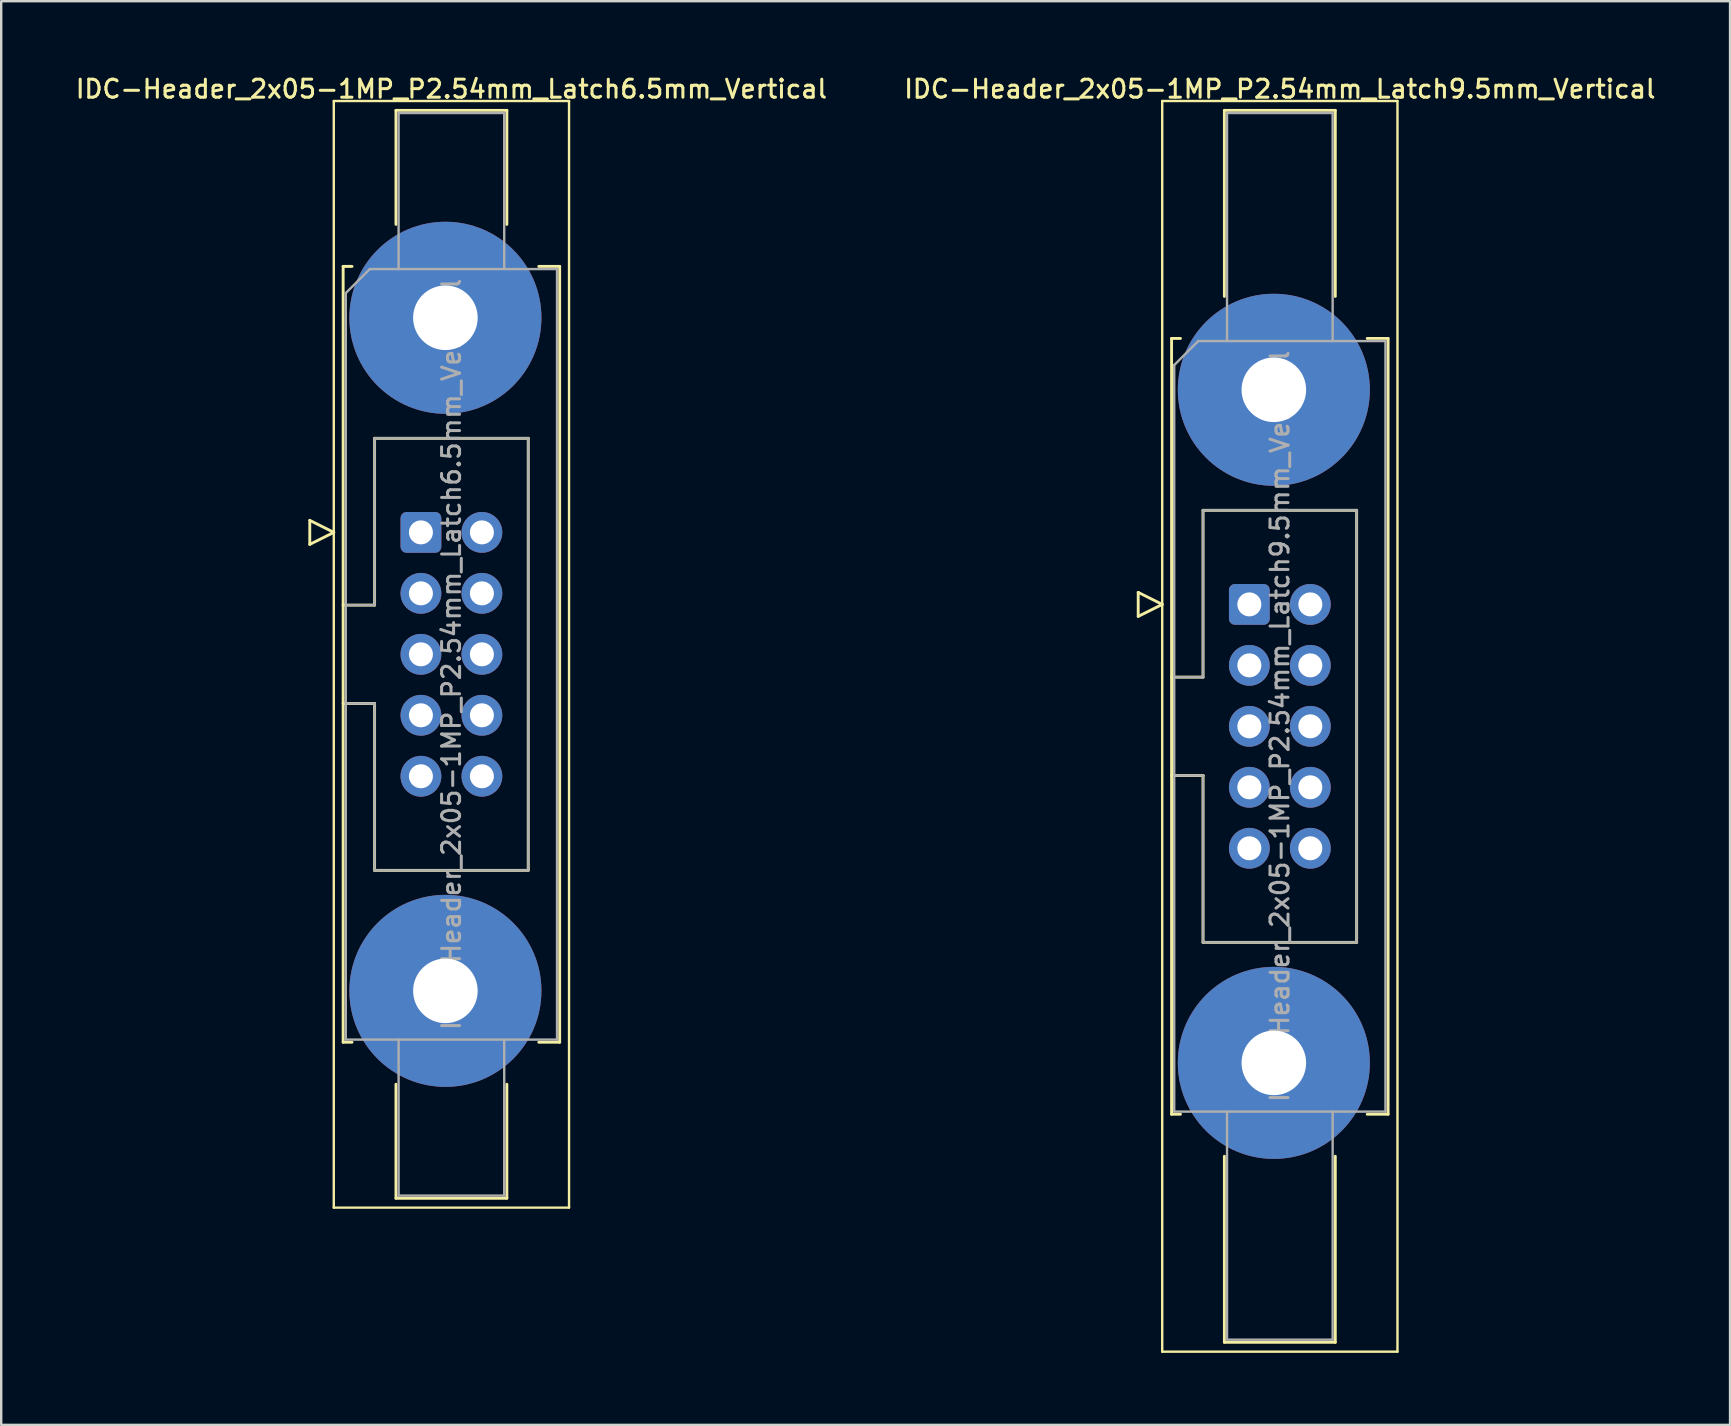
<source format=kicad_pcb>
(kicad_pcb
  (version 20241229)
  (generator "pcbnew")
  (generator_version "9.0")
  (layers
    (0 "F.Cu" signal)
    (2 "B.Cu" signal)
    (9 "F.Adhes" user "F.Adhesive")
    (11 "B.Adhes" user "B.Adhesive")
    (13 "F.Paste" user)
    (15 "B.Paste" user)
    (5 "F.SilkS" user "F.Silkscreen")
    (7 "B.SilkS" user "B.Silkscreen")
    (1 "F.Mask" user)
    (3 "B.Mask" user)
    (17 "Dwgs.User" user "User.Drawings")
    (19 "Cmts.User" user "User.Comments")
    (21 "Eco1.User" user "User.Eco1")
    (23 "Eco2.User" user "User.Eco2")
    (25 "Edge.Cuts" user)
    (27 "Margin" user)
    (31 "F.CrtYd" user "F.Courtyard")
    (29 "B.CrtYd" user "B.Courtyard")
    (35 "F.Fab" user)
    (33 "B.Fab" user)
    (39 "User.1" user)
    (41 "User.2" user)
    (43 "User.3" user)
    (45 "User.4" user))
  (footprint "IDC-Header_2x05-1MP_P2.54mm_Latch9.5mm_Vertical"
    (layer "F.Cu")
    (at 48.996 22.128)
    (property "Reference" "IDC-Header_2x05-1MP_P2.54mm_Latch9.5mm_Vertical" (at 1.27 -21.47 0) (layer "F.SilkS") (effects (font (size 0.75 0.75) (thickness 0.125))))
    (attr through_hole)
    (fp_line (start -4.63 -0.5) (end -4.63 0.5) (stroke (width 0.12) (type solid)) (layer "F.SilkS"))
    (fp_line (start -4.63 0.5) (end -3.63 0) (stroke (width 0.12) (type solid)) (layer "F.SilkS"))
    (fp_line (start -3.63 -20.97) (end -3.63 31.13) (stroke (width 0.1) (type solid)) (layer "F.SilkS"))
    (fp_line (start -3.63 0) (end -4.63 -0.5) (stroke (width 0.12) (type solid)) (layer "F.SilkS"))
    (fp_line (start -3.63 31.13) (end 6.17 31.13) (stroke (width 0.1) (type solid)) (layer "F.SilkS"))
    (fp_line (start -3.24 -11.08) (end -3.24 21.24) (stroke (width 0.12) (type solid)) (layer "F.SilkS"))
    (fp_line (start -3.24 3.03) (end -1.93 3.03) (stroke (width 0.12) (type solid)) (layer "F.SilkS"))
    (fp_line (start -3.24 21.24) (end -2.87 21.24) (stroke (width 0.12) (type solid)) (layer "F.SilkS"))
    (fp_line (start -2.87 -11.08) (end -3.24 -11.08) (stroke (width 0.12) (type solid)) (layer "F.SilkS"))
    (fp_line (start -1.93 -3.92) (end 4.47 -3.92) (stroke (width 0.12) (type solid)) (layer "F.SilkS"))
    (fp_line (start -1.93 3.03) (end -1.93 -3.92) (stroke (width 0.12) (type solid)) (layer "F.SilkS"))
    (fp_line (start -1.93 7.13) (end -3.24 7.13) (stroke (width 0.12) (type solid)) (layer "F.SilkS"))
    (fp_line (start -1.93 7.13) (end -1.93 7.13) (stroke (width 0.12) (type solid)) (layer "F.SilkS"))
    (fp_line (start -1.93 14.08) (end -1.93 7.13) (stroke (width 0.12) (type solid)) (layer "F.SilkS"))
    (fp_line (start -1.04 -20.58) (end 3.58 -20.58) (stroke (width 0.12) (type solid)) (layer "F.SilkS"))
    (fp_line (start -1.04 -12.83) (end -1.04 -20.58) (stroke (width 0.12) (type solid)) (layer "F.SilkS"))
    (fp_line (start -1.04 22.99) (end -1.04 30.74) (stroke (width 0.12) (type solid)) (layer "F.SilkS"))
    (fp_line (start -1.04 30.74) (end 3.58 30.74) (stroke (width 0.12) (type solid)) (layer "F.SilkS"))
    (fp_line (start 3.58 -20.58) (end 3.58 -12.83) (stroke (width 0.12) (type solid)) (layer "F.SilkS"))
    (fp_line (start 3.58 30.74) (end 3.58 22.99) (stroke (width 0.12) (type solid)) (layer "F.SilkS"))
    (fp_line (start 4.47 -3.92) (end 4.47 14.08) (stroke (width 0.12) (type solid)) (layer "F.SilkS"))
    (fp_line (start 4.47 14.08) (end -1.93 14.08) (stroke (width 0.12) (type solid)) (layer "F.SilkS"))
    (fp_line (start 4.91 -11.08) (end 5.78 -11.08) (stroke (width 0.12) (type solid)) (layer "F.SilkS"))
    (fp_line (start 5.78 -11.08) (end 5.78 21.24) (stroke (width 0.12) (type solid)) (layer "F.SilkS"))
    (fp_line (start 5.78 21.24) (end 4.91 21.24) (stroke (width 0.12) (type solid)) (layer "F.SilkS"))
    (fp_line (start 6.17 -20.97) (end -3.63 -20.97) (stroke (width 0.1) (type solid)) (layer "F.SilkS"))
    (fp_line (start 6.17 31.13) (end 6.17 -20.97) (stroke (width 0.1) (type solid)) (layer "F.SilkS"))
    (fp_line (start -3.13 -9.97) (end -2.13 -10.97) (stroke (width 0.1) (type solid)) (layer "F.Fab"))
    (fp_line (start -3.13 3.03) (end -1.93 3.03) (stroke (width 0.1) (type solid)) (layer "F.Fab"))
    (fp_line (start -3.13 21.13) (end -3.13 -9.97) (stroke (width 0.1) (type solid)) (layer "F.Fab"))
    (fp_line (start -2.13 -10.97) (end 5.67 -10.97) (stroke (width 0.1) (type solid)) (layer "F.Fab"))
    (fp_line (start -1.93 -3.92) (end 4.47 -3.92) (stroke (width 0.1) (type solid)) (layer "F.Fab"))
    (fp_line (start -1.93 3.03) (end -1.93 -3.92) (stroke (width 0.1) (type solid)) (layer "F.Fab"))
    (fp_line (start -1.93 7.13) (end -3.13 7.13) (stroke (width 0.1) (type solid)) (layer "F.Fab"))
    (fp_line (start -1.93 7.13) (end -1.93 7.13) (stroke (width 0.1) (type solid)) (layer "F.Fab"))
    (fp_line (start -1.93 14.08) (end -1.93 7.13) (stroke (width 0.1) (type solid)) (layer "F.Fab"))
    (fp_line (start -0.93 -20.47) (end 3.47 -20.47) (stroke (width 0.1) (type solid)) (layer "F.Fab"))
    (fp_line (start -0.93 -10.97) (end -0.93 -20.47) (stroke (width 0.1) (type solid)) (layer "F.Fab"))
    (fp_line (start -0.93 21.13) (end -0.93 30.63) (stroke (width 0.1) (type solid)) (layer "F.Fab"))
    (fp_line (start -0.93 30.63) (end 3.47 30.63) (stroke (width 0.1) (type solid)) (layer "F.Fab"))
    (fp_line (start 3.47 -20.47) (end 3.47 -10.97) (stroke (width 0.1) (type solid)) (layer "F.Fab"))
    (fp_line (start 3.47 30.63) (end 3.47 21.13) (stroke (width 0.1) (type solid)) (layer "F.Fab"))
    (fp_line (start 4.47 -3.92) (end 4.47 14.08) (stroke (width 0.1) (type solid)) (layer "F.Fab"))
    (fp_line (start 4.47 14.08) (end -1.93 14.08) (stroke (width 0.1) (type solid)) (layer "F.Fab"))
    (fp_line (start 5.67 -10.97) (end 5.67 21.13) (stroke (width 0.1) (type solid)) (layer "F.Fab"))
    (fp_line (start 5.67 21.13) (end -3.13 21.13) (stroke (width 0.1) (type solid)) (layer "F.Fab"))
    (fp_text user "${REFERENCE}" (at 1.27 5.08 90) (layer "F.Fab") (effects (font (size 0.75 0.75) (thickness 0.125))))
    (pad "1" thru_hole roundrect (at 0 0) (size 1.7 1.7) (drill 1) (layers "*.Cu" "*.Mask") (roundrect_rratio 0.147))
    (pad "2" thru_hole circle (at 2.54 0) (size 1.7 1.7) (drill 1) (layers "*.Cu" "*.Mask"))
    (pad "3" thru_hole circle (at 0 2.54) (size 1.7 1.7) (drill 1) (layers "*.Cu" "*.Mask"))
    (pad "4" thru_hole circle (at 2.54 2.54) (size 1.7 1.7) (drill 1) (layers "*.Cu" "*.Mask"))
    (pad "5" thru_hole circle (at 0 5.08) (size 1.7 1.7) (drill 1) (layers "*.Cu" "*.Mask"))
    (pad "6" thru_hole circle (at 2.54 5.08) (size 1.7 1.7) (drill 1) (layers "*.Cu" "*.Mask"))
    (pad "7" thru_hole circle (at 0 7.62) (size 1.7 1.7) (drill 1) (layers "*.Cu" "*.Mask"))
    (pad "8" thru_hole circle (at 2.54 7.62) (size 1.7 1.7) (drill 1) (layers "*.Cu" "*.Mask"))
    (pad "9" thru_hole circle (at 0 10.16) (size 1.7 1.7) (drill 1) (layers "*.Cu" "*.Mask"))
    (pad "10" thru_hole circle (at 2.54 10.16) (size 1.7 1.7) (drill 1) (layers "*.Cu" "*.Mask"))
    (pad "MP" thru_hole circle (at 1.02 -8.94) (size 8 8) (drill 2.69) (layers "*.Cu" "*.Mask"))
    (pad "MP" thru_hole circle (at 1.02 19.1) (size 8 8) (drill 2.69) (layers "*.Cu" "*.Mask")))
  (footprint "IDC-Header_2x05-1MP_P2.54mm_Latch6.5mm_Vertical"
    (layer "F.Cu")
    (at 14.485 19.128)
    (property "Reference" "IDC-Header_2x05-1MP_P2.54mm_Latch6.5mm_Vertical" (at 1.27 -18.47 0) (layer "F.SilkS") (effects (font (size 0.75 0.75) (thickness 0.125))))
    (attr through_hole)
    (fp_line (start -4.63 -0.5) (end -4.63 0.5) (stroke (width 0.12) (type solid)) (layer "F.SilkS"))
    (fp_line (start -4.63 0.5) (end -3.63 0) (stroke (width 0.12) (type solid)) (layer "F.SilkS"))
    (fp_line (start -3.63 -17.97) (end -3.63 28.13) (stroke (width 0.1) (type solid)) (layer "F.SilkS"))
    (fp_line (start -3.63 0) (end -4.63 -0.5) (stroke (width 0.12) (type solid)) (layer "F.SilkS"))
    (fp_line (start -3.63 28.13) (end 6.17 28.13) (stroke (width 0.1) (type solid)) (layer "F.SilkS"))
    (fp_line (start -3.24 -11.08) (end -3.24 21.24) (stroke (width 0.12) (type solid)) (layer "F.SilkS"))
    (fp_line (start -3.24 3.03) (end -1.93 3.03) (stroke (width 0.12) (type solid)) (layer "F.SilkS"))
    (fp_line (start -3.24 21.24) (end -2.87 21.24) (stroke (width 0.12) (type solid)) (layer "F.SilkS"))
    (fp_line (start -2.87 -11.08) (end -3.24 -11.08) (stroke (width 0.12) (type solid)) (layer "F.SilkS"))
    (fp_line (start -1.93 -3.92) (end 4.47 -3.92) (stroke (width 0.12) (type solid)) (layer "F.SilkS"))
    (fp_line (start -1.93 3.03) (end -1.93 -3.92) (stroke (width 0.12) (type solid)) (layer "F.SilkS"))
    (fp_line (start -1.93 7.13) (end -3.24 7.13) (stroke (width 0.12) (type solid)) (layer "F.SilkS"))
    (fp_line (start -1.93 7.13) (end -1.93 7.13) (stroke (width 0.12) (type solid)) (layer "F.SilkS"))
    (fp_line (start -1.93 14.08) (end -1.93 7.13) (stroke (width 0.12) (type solid)) (layer "F.SilkS"))
    (fp_line (start -1.04 -17.58) (end 3.58 -17.58) (stroke (width 0.12) (type solid)) (layer "F.SilkS"))
    (fp_line (start -1.04 -12.83) (end -1.04 -17.58) (stroke (width 0.12) (type solid)) (layer "F.SilkS"))
    (fp_line (start -1.04 22.99) (end -1.04 27.74) (stroke (width 0.12) (type solid)) (layer "F.SilkS"))
    (fp_line (start -1.04 27.74) (end 3.58 27.74) (stroke (width 0.12) (type solid)) (layer "F.SilkS"))
    (fp_line (start 3.58 -17.58) (end 3.58 -12.83) (stroke (width 0.12) (type solid)) (layer "F.SilkS"))
    (fp_line (start 3.58 27.74) (end 3.58 22.99) (stroke (width 0.12) (type solid)) (layer "F.SilkS"))
    (fp_line (start 4.47 -3.92) (end 4.47 14.08) (stroke (width 0.12) (type solid)) (layer "F.SilkS"))
    (fp_line (start 4.47 14.08) (end -1.93 14.08) (stroke (width 0.12) (type solid)) (layer "F.SilkS"))
    (fp_line (start 4.91 -11.08) (end 5.78 -11.08) (stroke (width 0.12) (type solid)) (layer "F.SilkS"))
    (fp_line (start 5.78 -11.08) (end 5.78 21.24) (stroke (width 0.12) (type solid)) (layer "F.SilkS"))
    (fp_line (start 5.78 21.24) (end 4.91 21.24) (stroke (width 0.12) (type solid)) (layer "F.SilkS"))
    (fp_line (start 6.17 -17.97) (end -3.63 -17.97) (stroke (width 0.1) (type solid)) (layer "F.SilkS"))
    (fp_line (start 6.17 28.13) (end 6.17 -17.97) (stroke (width 0.1) (type solid)) (layer "F.SilkS"))
    (fp_line (start -3.13 -9.97) (end -2.13 -10.97) (stroke (width 0.1) (type solid)) (layer "F.Fab"))
    (fp_line (start -3.13 3.03) (end -1.93 3.03) (stroke (width 0.1) (type solid)) (layer "F.Fab"))
    (fp_line (start -3.13 21.13) (end -3.13 -9.97) (stroke (width 0.1) (type solid)) (layer "F.Fab"))
    (fp_line (start -2.13 -10.97) (end 5.67 -10.97) (stroke (width 0.1) (type solid)) (layer "F.Fab"))
    (fp_line (start -1.93 -3.92) (end 4.47 -3.92) (stroke (width 0.1) (type solid)) (layer "F.Fab"))
    (fp_line (start -1.93 3.03) (end -1.93 -3.92) (stroke (width 0.1) (type solid)) (layer "F.Fab"))
    (fp_line (start -1.93 7.13) (end -3.13 7.13) (stroke (width 0.1) (type solid)) (layer "F.Fab"))
    (fp_line (start -1.93 7.13) (end -1.93 7.13) (stroke (width 0.1) (type solid)) (layer "F.Fab"))
    (fp_line (start -1.93 14.08) (end -1.93 7.13) (stroke (width 0.1) (type solid)) (layer "F.Fab"))
    (fp_line (start -0.93 -17.47) (end 3.47 -17.47) (stroke (width 0.1) (type solid)) (layer "F.Fab"))
    (fp_line (start -0.93 -10.97) (end -0.93 -17.47) (stroke (width 0.1) (type solid)) (layer "F.Fab"))
    (fp_line (start -0.93 21.13) (end -0.93 27.63) (stroke (width 0.1) (type solid)) (layer "F.Fab"))
    (fp_line (start -0.93 27.63) (end 3.47 27.63) (stroke (width 0.1) (type solid)) (layer "F.Fab"))
    (fp_line (start 3.47 -17.47) (end 3.47 -10.97) (stroke (width 0.1) (type solid)) (layer "F.Fab"))
    (fp_line (start 3.47 27.63) (end 3.47 21.13) (stroke (width 0.1) (type solid)) (layer "F.Fab"))
    (fp_line (start 4.47 -3.92) (end 4.47 14.08) (stroke (width 0.1) (type solid)) (layer "F.Fab"))
    (fp_line (start 4.47 14.08) (end -1.93 14.08) (stroke (width 0.1) (type solid)) (layer "F.Fab"))
    (fp_line (start 5.67 -10.97) (end 5.67 21.13) (stroke (width 0.1) (type solid)) (layer "F.Fab"))
    (fp_line (start 5.67 21.13) (end -3.13 21.13) (stroke (width 0.1) (type solid)) (layer "F.Fab"))
    (fp_text user "${REFERENCE}" (at 1.27 5.08 90) (layer "F.Fab") (effects (font (size 0.75 0.75) (thickness 0.125))))
    (pad "1" thru_hole roundrect (at 0 0) (size 1.7 1.7) (drill 1) (layers "*.Cu" "*.Mask") (roundrect_rratio 0.147))
    (pad "2" thru_hole circle (at 2.54 0) (size 1.7 1.7) (drill 1) (layers "*.Cu" "*.Mask"))
    (pad "3" thru_hole circle (at 0 2.54) (size 1.7 1.7) (drill 1) (layers "*.Cu" "*.Mask"))
    (pad "4" thru_hole circle (at 2.54 2.54) (size 1.7 1.7) (drill 1) (layers "*.Cu" "*.Mask"))
    (pad "5" thru_hole circle (at 0 5.08) (size 1.7 1.7) (drill 1) (layers "*.Cu" "*.Mask"))
    (pad "6" thru_hole circle (at 2.54 5.08) (size 1.7 1.7) (drill 1) (layers "*.Cu" "*.Mask"))
    (pad "7" thru_hole circle (at 0 7.62) (size 1.7 1.7) (drill 1) (layers "*.Cu" "*.Mask"))
    (pad "8" thru_hole circle (at 2.54 7.62) (size 1.7 1.7) (drill 1) (layers "*.Cu" "*.Mask"))
    (pad "9" thru_hole circle (at 0 10.16) (size 1.7 1.7) (drill 1) (layers "*.Cu" "*.Mask"))
    (pad "10" thru_hole circle (at 2.54 10.16) (size 1.7 1.7) (drill 1) (layers "*.Cu" "*.Mask"))
    (pad "MP" thru_hole circle (at 1.02 -8.94) (size 8 8) (drill 2.69) (layers "*.Cu" "*.Mask"))
    (pad "MP" thru_hole circle (at 1.02 19.1) (size 8 8) (drill 2.69) (layers "*.Cu" "*.Mask")))
  (gr_rect
    (start -3 -3)
    (end 69.021 56.308)
    (stroke (width 0.1) (type default))
    (fill no)
    (layer "Edge.Cuts")))
</source>
